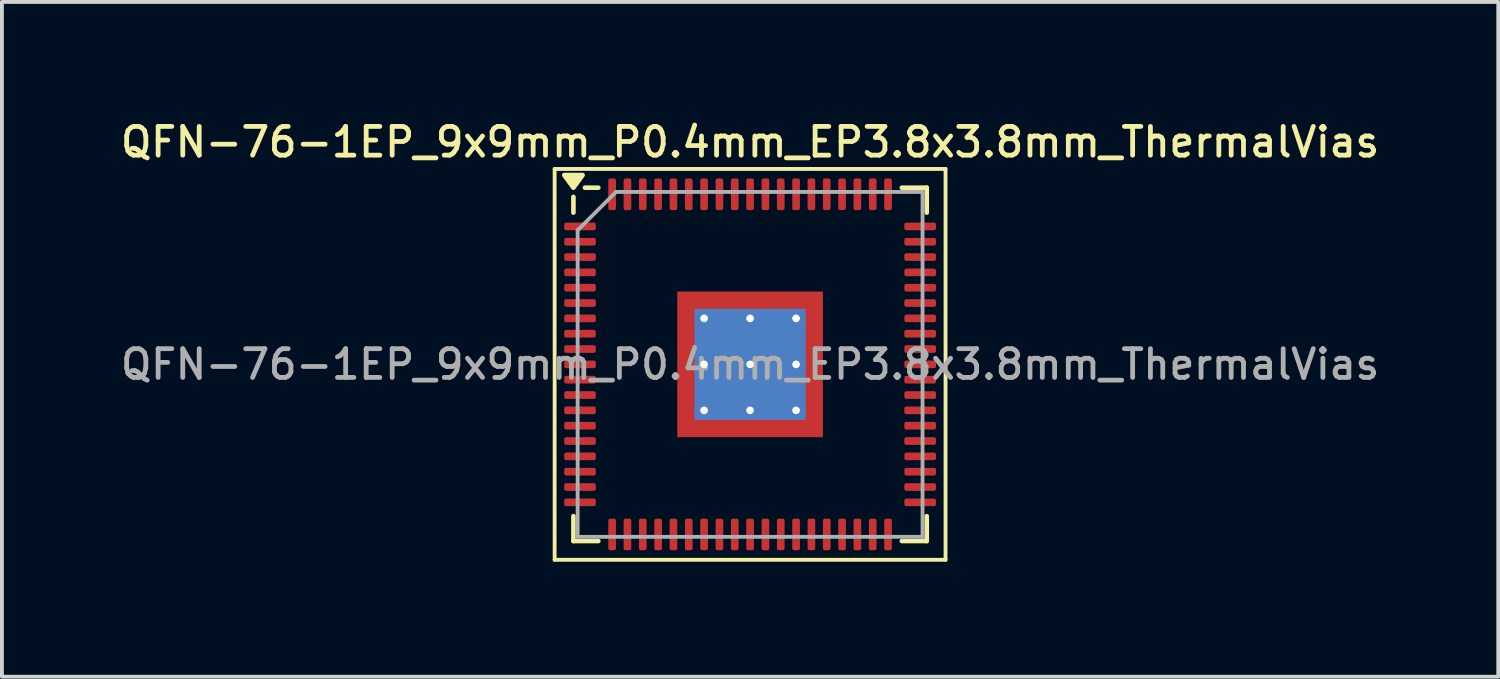
<source format=kicad_pcb>
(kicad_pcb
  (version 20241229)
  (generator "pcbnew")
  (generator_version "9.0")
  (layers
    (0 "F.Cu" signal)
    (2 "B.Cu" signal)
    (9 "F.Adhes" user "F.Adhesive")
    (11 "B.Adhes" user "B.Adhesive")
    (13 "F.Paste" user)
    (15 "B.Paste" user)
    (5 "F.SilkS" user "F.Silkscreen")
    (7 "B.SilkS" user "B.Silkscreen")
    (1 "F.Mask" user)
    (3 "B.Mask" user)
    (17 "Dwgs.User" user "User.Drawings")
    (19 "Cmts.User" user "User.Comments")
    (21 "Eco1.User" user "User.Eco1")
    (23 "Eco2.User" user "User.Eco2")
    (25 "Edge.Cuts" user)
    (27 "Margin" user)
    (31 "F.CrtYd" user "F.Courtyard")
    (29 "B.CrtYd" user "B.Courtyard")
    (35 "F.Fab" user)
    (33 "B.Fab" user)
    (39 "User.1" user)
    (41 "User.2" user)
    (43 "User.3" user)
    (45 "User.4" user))
  (footprint "QFN-76-1EP_9x9mm_P0.4mm_EP3.8x3.8mm_ThermalVias"
    (layer "F.Cu")
    (at 16.523 6.458)
    (property "Reference" "QFN-76-1EP_9x9mm_P0.4mm_EP3.8x3.8mm_ThermalVias" (at 0 -5.8 0) (layer "F.SilkS") (effects (font (size 0.75 0.75) (thickness 0.125))))
    (attr smd)
    (fp_line (start -5.1 -5.1) (end -5.1 5.1) (stroke (width 0.1) (type solid)) (layer "F.SilkS"))
    (fp_line (start -5.1 5.1) (end 5.1 5.1) (stroke (width 0.1) (type solid)) (layer "F.SilkS"))
    (fp_line (start -4.61 -3.96) (end -4.61 -4.37) (stroke (width 0.12) (type solid)) (layer "F.SilkS"))
    (fp_line (start -4.61 4.61) (end -4.61 3.96) (stroke (width 0.12) (type solid)) (layer "F.SilkS"))
    (fp_line (start -3.96 -4.61) (end -4.31 -4.61) (stroke (width 0.12) (type solid)) (layer "F.SilkS"))
    (fp_line (start -3.96 4.61) (end -4.61 4.61) (stroke (width 0.12) (type solid)) (layer "F.SilkS"))
    (fp_line (start 3.96 -4.61) (end 4.61 -4.61) (stroke (width 0.12) (type solid)) (layer "F.SilkS"))
    (fp_line (start 3.96 4.61) (end 4.61 4.61) (stroke (width 0.12) (type solid)) (layer "F.SilkS"))
    (fp_line (start 4.61 -4.61) (end 4.61 -3.96) (stroke (width 0.12) (type solid)) (layer "F.SilkS"))
    (fp_line (start 4.61 4.61) (end 4.61 3.96) (stroke (width 0.12) (type solid)) (layer "F.SilkS"))
    (fp_line (start 5.1 -5.1) (end -5.1 -5.1) (stroke (width 0.1) (type solid)) (layer "F.SilkS"))
    (fp_line (start 5.1 5.1) (end 5.1 -5.1) (stroke (width 0.1) (type solid)) (layer "F.SilkS"))
    (fp_poly (pts (xy -4.61 -4.61) (xy -4.85 -4.94) (xy -4.37 -4.94) (xy -4.61 -4.61)) (stroke (width 0.12) (type solid)) (fill yes) (layer "F.SilkS"))
    (fp_line (start -4.5 -3.5) (end -3.5 -4.5) (stroke (width 0.1) (type solid)) (layer "F.Fab"))
    (fp_line (start -4.5 4.5) (end -4.5 -3.5) (stroke (width 0.1) (type solid)) (layer "F.Fab"))
    (fp_line (start -3.5 -4.5) (end 4.5 -4.5) (stroke (width 0.1) (type solid)) (layer "F.Fab"))
    (fp_line (start 4.5 -4.5) (end 4.5 4.5) (stroke (width 0.1) (type solid)) (layer "F.Fab"))
    (fp_line (start 4.5 4.5) (end -4.5 4.5) (stroke (width 0.1) (type solid)) (layer "F.Fab"))
    (fp_text user "${REFERENCE}" (at 0 0 0) (layer "F.Fab") (effects (font (size 0.75 0.75) (thickness 0.125))))
    (pad "" smd custom (at -1.55 -1.55) (size 0.46 0.46) (layers "F.Paste") (options (anchor circle)) (primitives (gr_poly (pts (xy -0.178 -0.178) (xy 0.178 -0.178) (xy 0.178 0.092) (xy 0.092 0.178) (xy -0.178 0.178)) (width 0.208) (fill yes))))
    (pad "" smd custom (at -1.55 -0.6) (size 0.495 0.495) (layers "F.Paste") (options (anchor circle)) (primitives (gr_poly (pts (xy -0.212 -0.414) (xy 0.154 -0.414) (xy 0.212 -0.356) (xy 0.212 0.356) (xy 0.154 0.414) (xy -0.212 0.414)) (width 0.14) (fill yes))))
    (pad "" smd custom (at -1.55 0.6) (size 0.495 0.495) (layers "F.Paste") (options (anchor circle)) (primitives (gr_poly (pts (xy -0.212 -0.414) (xy 0.154 -0.414) (xy 0.212 -0.356) (xy 0.212 0.356) (xy 0.154 0.414) (xy -0.212 0.414)) (width 0.14) (fill yes))))
    (pad "" smd custom (at -1.55 1.55) (size 0.46 0.46) (layers "F.Paste") (options (anchor circle)) (primitives (gr_poly (pts (xy -0.178 -0.178) (xy 0.092 -0.178) (xy 0.178 -0.092) (xy 0.178 0.178) (xy -0.178 0.178)) (width 0.208) (fill yes))))
    (pad "" smd custom (at -0.6 -1.55) (size 0.495 0.495) (layers "F.Paste") (options (anchor circle)) (primitives (gr_poly (pts (xy -0.414 -0.212) (xy 0.414 -0.212) (xy 0.414 0.154) (xy 0.356 0.212) (xy -0.356 0.212) (xy -0.414 0.154)) (width 0.14) (fill yes))))
    (pad "" smd roundrect (at -0.6 -0.6) (size 0.967 0.967) (layers "F.Paste") (roundrect_rratio 0.25))
    (pad "" smd roundrect (at -0.6 0.6) (size 0.967 0.967) (layers "F.Paste") (roundrect_rratio 0.25))
    (pad "" smd custom (at -0.6 1.55) (size 0.495 0.495) (layers "F.Paste") (options (anchor circle)) (primitives (gr_poly (pts (xy -0.414 -0.154) (xy -0.356 -0.212) (xy 0.356 -0.212) (xy 0.414 -0.154) (xy 0.414 0.212) (xy -0.414 0.212)) (width 0.14) (fill yes))))
    (pad "" smd custom (at 0.6 -1.55) (size 0.495 0.495) (layers "F.Paste") (options (anchor circle)) (primitives (gr_poly (pts (xy -0.414 -0.212) (xy 0.414 -0.212) (xy 0.414 0.154) (xy 0.356 0.212) (xy -0.356 0.212) (xy -0.414 0.154)) (width 0.14) (fill yes))))
    (pad "" smd roundrect (at 0.6 -0.6) (size 0.967 0.967) (layers "F.Paste") (roundrect_rratio 0.25))
    (pad "" smd roundrect (at 0.6 0.6) (size 0.967 0.967) (layers "F.Paste") (roundrect_rratio 0.25))
    (pad "" smd custom (at 0.6 1.55) (size 0.495 0.495) (layers "F.Paste") (options (anchor circle)) (primitives (gr_poly (pts (xy -0.414 -0.154) (xy -0.356 -0.212) (xy 0.356 -0.212) (xy 0.414 -0.154) (xy 0.414 0.212) (xy -0.414 0.212)) (width 0.14) (fill yes))))
    (pad "" smd custom (at 1.55 -1.55) (size 0.46 0.46) (layers "F.Paste") (options (anchor circle)) (primitives (gr_poly (pts (xy -0.178 -0.178) (xy 0.178 -0.178) (xy 0.178 0.178) (xy -0.092 0.178) (xy -0.178 0.092)) (width 0.208) (fill yes))))
    (pad "" smd custom (at 1.55 -0.6) (size 0.495 0.495) (layers "F.Paste") (options (anchor circle)) (primitives (gr_poly (pts (xy -0.212 -0.356) (xy -0.154 -0.414) (xy 0.212 -0.414) (xy 0.212 0.414) (xy -0.154 0.414) (xy -0.212 0.356)) (width 0.14) (fill yes))))
    (pad "" smd custom (at 1.55 0.6) (size 0.495 0.495) (layers "F.Paste") (options (anchor circle)) (primitives (gr_poly (pts (xy -0.212 -0.356) (xy -0.154 -0.414) (xy 0.212 -0.414) (xy 0.212 0.414) (xy -0.154 0.414) (xy -0.212 0.356)) (width 0.14) (fill yes))))
    (pad "" smd custom (at 1.55 1.55) (size 0.46 0.46) (layers "F.Paste") (options (anchor circle)) (primitives (gr_poly (pts (xy -0.178 -0.092) (xy -0.092 -0.178) (xy 0.178 -0.178) (xy 0.178 0.178) (xy -0.178 0.178)) (width 0.208) (fill yes))))
    (pad "1" smd roundrect (at -4.438 -3.6) (size 0.825 0.2) (layers "F.Cu" "F.Mask" "F.Paste") (roundrect_rratio 0.25))
    (pad "2" smd roundrect (at -4.438 -3.2) (size 0.825 0.2) (layers "F.Cu" "F.Mask" "F.Paste") (roundrect_rratio 0.25))
    (pad "3" smd roundrect (at -4.438 -2.8) (size 0.825 0.2) (layers "F.Cu" "F.Mask" "F.Paste") (roundrect_rratio 0.25))
    (pad "4" smd roundrect (at -4.438 -2.4) (size 0.825 0.2) (layers "F.Cu" "F.Mask" "F.Paste") (roundrect_rratio 0.25))
    (pad "5" smd roundrect (at -4.438 -2) (size 0.825 0.2) (layers "F.Cu" "F.Mask" "F.Paste") (roundrect_rratio 0.25))
    (pad "6" smd roundrect (at -4.438 -1.6) (size 0.825 0.2) (layers "F.Cu" "F.Mask" "F.Paste") (roundrect_rratio 0.25))
    (pad "7" smd roundrect (at -4.438 -1.2) (size 0.825 0.2) (layers "F.Cu" "F.Mask" "F.Paste") (roundrect_rratio 0.25))
    (pad "8" smd roundrect (at -4.438 -0.8) (size 0.825 0.2) (layers "F.Cu" "F.Mask" "F.Paste") (roundrect_rratio 0.25))
    (pad "9" smd roundrect (at -4.438 -0.4) (size 0.825 0.2) (layers "F.Cu" "F.Mask" "F.Paste") (roundrect_rratio 0.25))
    (pad "10" smd roundrect (at -4.438 0) (size 0.825 0.2) (layers "F.Cu" "F.Mask" "F.Paste") (roundrect_rratio 0.25))
    (pad "11" smd roundrect (at -4.438 0.4) (size 0.825 0.2) (layers "F.Cu" "F.Mask" "F.Paste") (roundrect_rratio 0.25))
    (pad "12" smd roundrect (at -4.438 0.8) (size 0.825 0.2) (layers "F.Cu" "F.Mask" "F.Paste") (roundrect_rratio 0.25))
    (pad "13" smd roundrect (at -4.438 1.2) (size 0.825 0.2) (layers "F.Cu" "F.Mask" "F.Paste") (roundrect_rratio 0.25))
    (pad "14" smd roundrect (at -4.438 1.6) (size 0.825 0.2) (layers "F.Cu" "F.Mask" "F.Paste") (roundrect_rratio 0.25))
    (pad "15" smd roundrect (at -4.438 2) (size 0.825 0.2) (layers "F.Cu" "F.Mask" "F.Paste") (roundrect_rratio 0.25))
    (pad "16" smd roundrect (at -4.438 2.4) (size 0.825 0.2) (layers "F.Cu" "F.Mask" "F.Paste") (roundrect_rratio 0.25))
    (pad "17" smd roundrect (at -4.438 2.8) (size 0.825 0.2) (layers "F.Cu" "F.Mask" "F.Paste") (roundrect_rratio 0.25))
    (pad "18" smd roundrect (at -4.438 3.2) (size 0.825 0.2) (layers "F.Cu" "F.Mask" "F.Paste") (roundrect_rratio 0.25))
    (pad "19" smd roundrect (at -4.438 3.6) (size 0.825 0.2) (layers "F.Cu" "F.Mask" "F.Paste") (roundrect_rratio 0.25))
    (pad "20" smd roundrect (at -3.6 4.438) (size 0.2 0.825) (layers "F.Cu" "F.Mask" "F.Paste") (roundrect_rratio 0.25))
    (pad "21" smd roundrect (at -3.2 4.438) (size 0.2 0.825) (layers "F.Cu" "F.Mask" "F.Paste") (roundrect_rratio 0.25))
    (pad "22" smd roundrect (at -2.8 4.438) (size 0.2 0.825) (layers "F.Cu" "F.Mask" "F.Paste") (roundrect_rratio 0.25))
    (pad "23" smd roundrect (at -2.4 4.438) (size 0.2 0.825) (layers "F.Cu" "F.Mask" "F.Paste") (roundrect_rratio 0.25))
    (pad "24" smd roundrect (at -2 4.438) (size 0.2 0.825) (layers "F.Cu" "F.Mask" "F.Paste") (roundrect_rratio 0.25))
    (pad "25" smd roundrect (at -1.6 4.438) (size 0.2 0.825) (layers "F.Cu" "F.Mask" "F.Paste") (roundrect_rratio 0.25))
    (pad "26" smd roundrect (at -1.2 4.438) (size 0.2 0.825) (layers "F.Cu" "F.Mask" "F.Paste") (roundrect_rratio 0.25))
    (pad "27" smd roundrect (at -0.8 4.438) (size 0.2 0.825) (layers "F.Cu" "F.Mask" "F.Paste") (roundrect_rratio 0.25))
    (pad "28" smd roundrect (at -0.4 4.438) (size 0.2 0.825) (layers "F.Cu" "F.Mask" "F.Paste") (roundrect_rratio 0.25))
    (pad "29" smd roundrect (at 0 4.438) (size 0.2 0.825) (layers "F.Cu" "F.Mask" "F.Paste") (roundrect_rratio 0.25))
    (pad "30" smd roundrect (at 0.4 4.438) (size 0.2 0.825) (layers "F.Cu" "F.Mask" "F.Paste") (roundrect_rratio 0.25))
    (pad "31" smd roundrect (at 0.8 4.438) (size 0.2 0.825) (layers "F.Cu" "F.Mask" "F.Paste") (roundrect_rratio 0.25))
    (pad "32" smd roundrect (at 1.2 4.438) (size 0.2 0.825) (layers "F.Cu" "F.Mask" "F.Paste") (roundrect_rratio 0.25))
    (pad "33" smd roundrect (at 1.6 4.438) (size 0.2 0.825) (layers "F.Cu" "F.Mask" "F.Paste") (roundrect_rratio 0.25))
    (pad "34" smd roundrect (at 2 4.438) (size 0.2 0.825) (layers "F.Cu" "F.Mask" "F.Paste") (roundrect_rratio 0.25))
    (pad "35" smd roundrect (at 2.4 4.438) (size 0.2 0.825) (layers "F.Cu" "F.Mask" "F.Paste") (roundrect_rratio 0.25))
    (pad "36" smd roundrect (at 2.8 4.438) (size 0.2 0.825) (layers "F.Cu" "F.Mask" "F.Paste") (roundrect_rratio 0.25))
    (pad "37" smd roundrect (at 3.2 4.438) (size 0.2 0.825) (layers "F.Cu" "F.Mask" "F.Paste") (roundrect_rratio 0.25))
    (pad "38" smd roundrect (at 3.6 4.438) (size 0.2 0.825) (layers "F.Cu" "F.Mask" "F.Paste") (roundrect_rratio 0.25))
    (pad "39" smd roundrect (at 4.438 3.6) (size 0.825 0.2) (layers "F.Cu" "F.Mask" "F.Paste") (roundrect_rratio 0.25))
    (pad "40" smd roundrect (at 4.438 3.2) (size 0.825 0.2) (layers "F.Cu" "F.Mask" "F.Paste") (roundrect_rratio 0.25))
    (pad "41" smd roundrect (at 4.438 2.8) (size 0.825 0.2) (layers "F.Cu" "F.Mask" "F.Paste") (roundrect_rratio 0.25))
    (pad "42" smd roundrect (at 4.438 2.4) (size 0.825 0.2) (layers "F.Cu" "F.Mask" "F.Paste") (roundrect_rratio 0.25))
    (pad "43" smd roundrect (at 4.438 2) (size 0.825 0.2) (layers "F.Cu" "F.Mask" "F.Paste") (roundrect_rratio 0.25))
    (pad "44" smd roundrect (at 4.438 1.6) (size 0.825 0.2) (layers "F.Cu" "F.Mask" "F.Paste") (roundrect_rratio 0.25))
    (pad "45" smd roundrect (at 4.438 1.2) (size 0.825 0.2) (layers "F.Cu" "F.Mask" "F.Paste") (roundrect_rratio 0.25))
    (pad "46" smd roundrect (at 4.438 0.8) (size 0.825 0.2) (layers "F.Cu" "F.Mask" "F.Paste") (roundrect_rratio 0.25))
    (pad "47" smd roundrect (at 4.438 0.4) (size 0.825 0.2) (layers "F.Cu" "F.Mask" "F.Paste") (roundrect_rratio 0.25))
    (pad "48" smd roundrect (at 4.438 0) (size 0.825 0.2) (layers "F.Cu" "F.Mask" "F.Paste") (roundrect_rratio 0.25))
    (pad "49" smd roundrect (at 4.438 -0.4) (size 0.825 0.2) (layers "F.Cu" "F.Mask" "F.Paste") (roundrect_rratio 0.25))
    (pad "50" smd roundrect (at 4.438 -0.8) (size 0.825 0.2) (layers "F.Cu" "F.Mask" "F.Paste") (roundrect_rratio 0.25))
    (pad "51" smd roundrect (at 4.438 -1.2) (size 0.825 0.2) (layers "F.Cu" "F.Mask" "F.Paste") (roundrect_rratio 0.25))
    (pad "52" smd roundrect (at 4.438 -1.6) (size 0.825 0.2) (layers "F.Cu" "F.Mask" "F.Paste") (roundrect_rratio 0.25))
    (pad "53" smd roundrect (at 4.438 -2) (size 0.825 0.2) (layers "F.Cu" "F.Mask" "F.Paste") (roundrect_rratio 0.25))
    (pad "54" smd roundrect (at 4.438 -2.4) (size 0.825 0.2) (layers "F.Cu" "F.Mask" "F.Paste") (roundrect_rratio 0.25))
    (pad "55" smd roundrect (at 4.438 -2.8) (size 0.825 0.2) (layers "F.Cu" "F.Mask" "F.Paste") (roundrect_rratio 0.25))
    (pad "56" smd roundrect (at 4.438 -3.2) (size 0.825 0.2) (layers "F.Cu" "F.Mask" "F.Paste") (roundrect_rratio 0.25))
    (pad "57" smd roundrect (at 4.438 -3.6) (size 0.825 0.2) (layers "F.Cu" "F.Mask" "F.Paste") (roundrect_rratio 0.25))
    (pad "58" smd roundrect (at 3.6 -4.438) (size 0.2 0.825) (layers "F.Cu" "F.Mask" "F.Paste") (roundrect_rratio 0.25))
    (pad "59" smd roundrect (at 3.2 -4.438) (size 0.2 0.825) (layers "F.Cu" "F.Mask" "F.Paste") (roundrect_rratio 0.25))
    (pad "60" smd roundrect (at 2.8 -4.438) (size 0.2 0.825) (layers "F.Cu" "F.Mask" "F.Paste") (roundrect_rratio 0.25))
    (pad "61" smd roundrect (at 2.4 -4.438) (size 0.2 0.825) (layers "F.Cu" "F.Mask" "F.Paste") (roundrect_rratio 0.25))
    (pad "62" smd roundrect (at 2 -4.438) (size 0.2 0.825) (layers "F.Cu" "F.Mask" "F.Paste") (roundrect_rratio 0.25))
    (pad "63" smd roundrect (at 1.6 -4.438) (size 0.2 0.825) (layers "F.Cu" "F.Mask" "F.Paste") (roundrect_rratio 0.25))
    (pad "64" smd roundrect (at 1.2 -4.438) (size 0.2 0.825) (layers "F.Cu" "F.Mask" "F.Paste") (roundrect_rratio 0.25))
    (pad "65" smd roundrect (at 0.8 -4.438) (size 0.2 0.825) (layers "F.Cu" "F.Mask" "F.Paste") (roundrect_rratio 0.25))
    (pad "66" smd roundrect (at 0.4 -4.438) (size 0.2 0.825) (layers "F.Cu" "F.Mask" "F.Paste") (roundrect_rratio 0.25))
    (pad "67" smd roundrect (at 0 -4.438) (size 0.2 0.825) (layers "F.Cu" "F.Mask" "F.Paste") (roundrect_rratio 0.25))
    (pad "68" smd roundrect (at -0.4 -4.438) (size 0.2 0.825) (layers "F.Cu" "F.Mask" "F.Paste") (roundrect_rratio 0.25))
    (pad "69" smd roundrect (at -0.8 -4.438) (size 0.2 0.825) (layers "F.Cu" "F.Mask" "F.Paste") (roundrect_rratio 0.25))
    (pad "70" smd roundrect (at -1.2 -4.438) (size 0.2 0.825) (layers "F.Cu" "F.Mask" "F.Paste") (roundrect_rratio 0.25))
    (pad "71" smd roundrect (at -1.6 -4.438) (size 0.2 0.825) (layers "F.Cu" "F.Mask" "F.Paste") (roundrect_rratio 0.25))
    (pad "72" smd roundrect (at -2 -4.438) (size 0.2 0.825) (layers "F.Cu" "F.Mask" "F.Paste") (roundrect_rratio 0.25))
    (pad "73" smd roundrect (at -2.4 -4.438) (size 0.2 0.825) (layers "F.Cu" "F.Mask" "F.Paste") (roundrect_rratio 0.25))
    (pad "74" smd roundrect (at -2.8 -4.438) (size 0.2 0.825) (layers "F.Cu" "F.Mask" "F.Paste") (roundrect_rratio 0.25))
    (pad "75" smd roundrect (at -3.2 -4.438) (size 0.2 0.825) (layers "F.Cu" "F.Mask" "F.Paste") (roundrect_rratio 0.25))
    (pad "76" smd roundrect (at -3.6 -4.438) (size 0.2 0.825) (layers "F.Cu" "F.Mask" "F.Paste") (roundrect_rratio 0.25))
    (pad "77" thru_hole circle (at -1.2 -1.2) (size 0.5 0.5) (drill 0.2) (property pad_prop_heatsink) (layers "*.Cu"))
    (pad "77" thru_hole circle (at -1.2 0) (size 0.5 0.5) (drill 0.2) (property pad_prop_heatsink) (layers "*.Cu"))
    (pad "77" thru_hole circle (at -1.2 1.2) (size 0.5 0.5) (drill 0.2) (property pad_prop_heatsink) (layers "*.Cu"))
    (pad "77" thru_hole circle (at 0 -1.2) (size 0.5 0.5) (drill 0.2) (property pad_prop_heatsink) (layers "*.Cu"))
    (pad "77" thru_hole circle (at 0 0) (size 0.5 0.5) (drill 0.2) (property pad_prop_heatsink) (layers "*.Cu"))
    (pad "77" smd rect (at 0 0) (size 2.9 2.9) (property pad_prop_heatsink) (layers "B.Cu"))
    (pad "77" smd rect (at 0 0) (size 3.8 3.8) (property pad_prop_heatsink) (layers "F.Cu" "F.Mask"))
    (pad "77" thru_hole circle (at 0 1.2) (size 0.5 0.5) (drill 0.2) (property pad_prop_heatsink) (layers "*.Cu"))
    (pad "77" thru_hole circle (at 1.2 -1.2) (size 0.5 0.5) (drill 0.2) (property pad_prop_heatsink) (layers "*.Cu"))
    (pad "77" thru_hole circle (at 1.2 0) (size 0.5 0.5) (drill 0.2) (property pad_prop_heatsink) (layers "*.Cu"))
    (pad "77" thru_hole circle (at 1.2 1.2) (size 0.5 0.5) (drill 0.2) (property pad_prop_heatsink) (layers "*.Cu")))
  (gr_rect
    (start -3 -3)
    (end 36.046 14.608)
    (stroke (width 0.1) (type default))
    (fill no)
    (layer "Edge.Cuts")))
</source>
